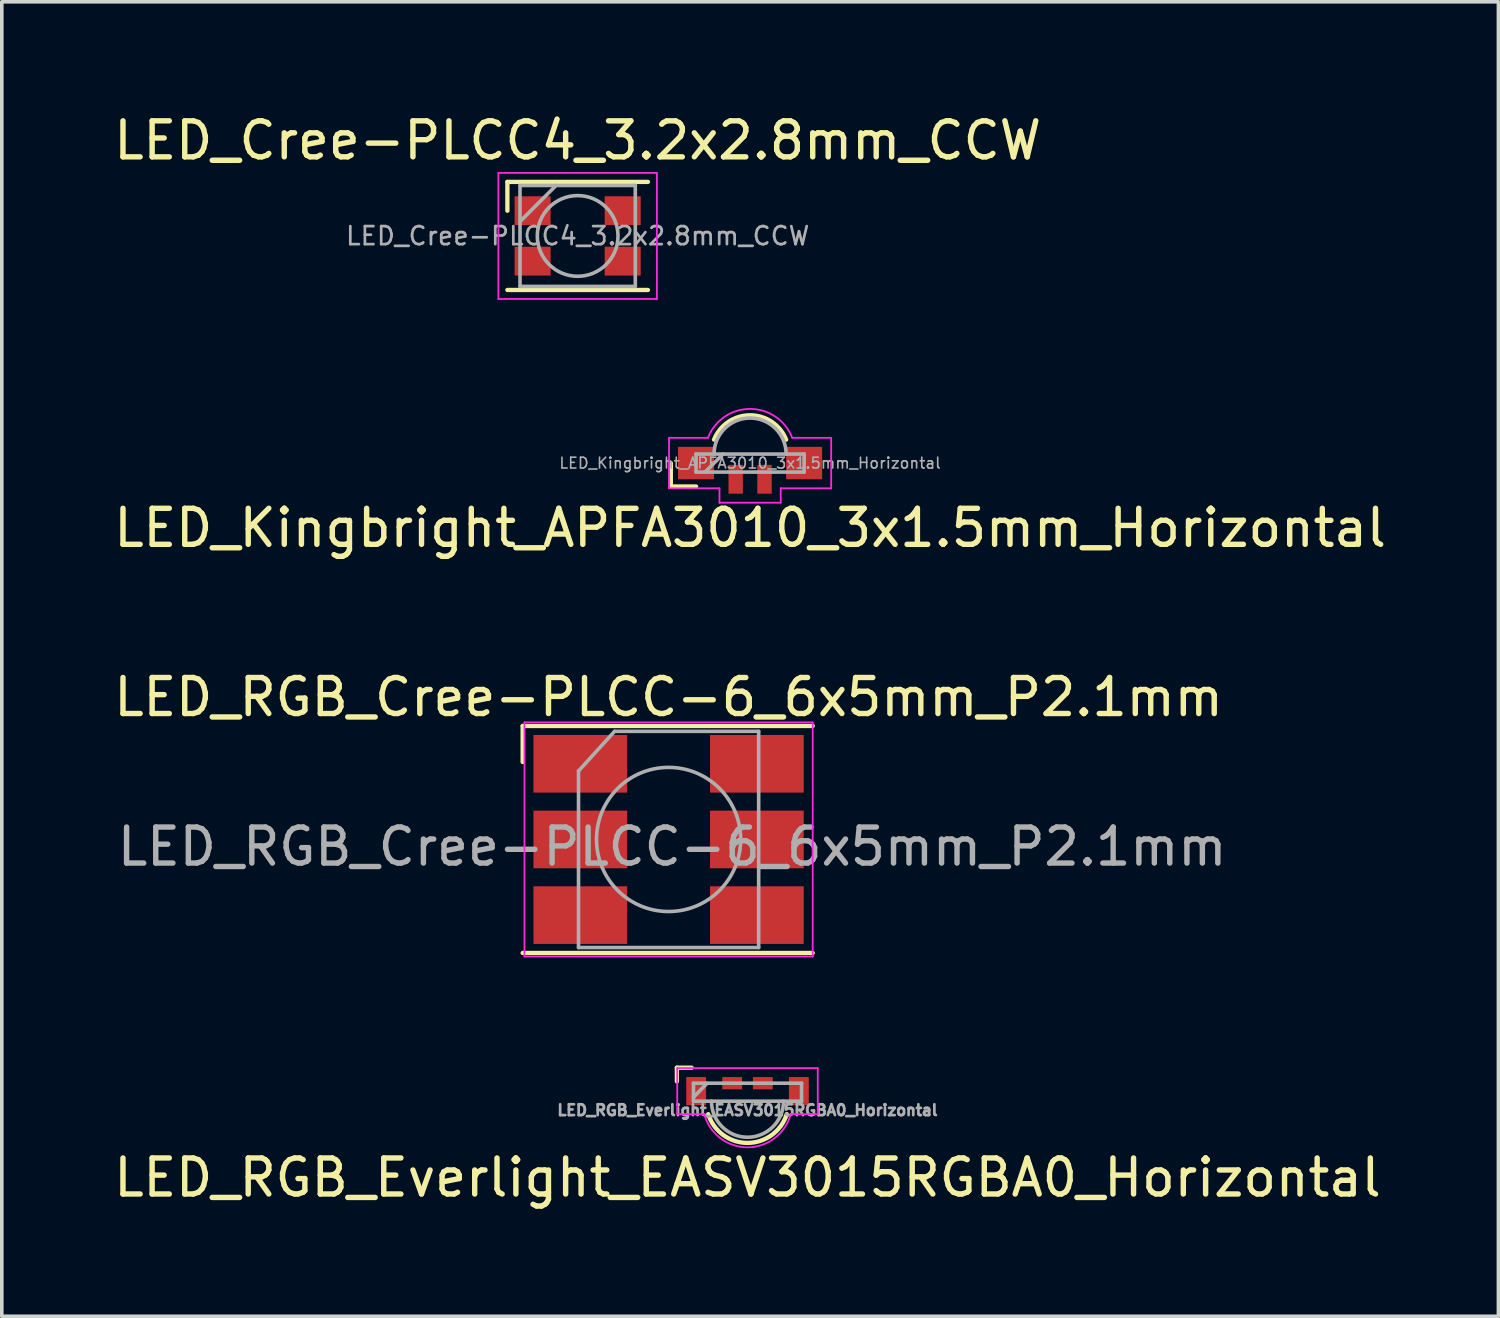
<source format=kicad_pcb>
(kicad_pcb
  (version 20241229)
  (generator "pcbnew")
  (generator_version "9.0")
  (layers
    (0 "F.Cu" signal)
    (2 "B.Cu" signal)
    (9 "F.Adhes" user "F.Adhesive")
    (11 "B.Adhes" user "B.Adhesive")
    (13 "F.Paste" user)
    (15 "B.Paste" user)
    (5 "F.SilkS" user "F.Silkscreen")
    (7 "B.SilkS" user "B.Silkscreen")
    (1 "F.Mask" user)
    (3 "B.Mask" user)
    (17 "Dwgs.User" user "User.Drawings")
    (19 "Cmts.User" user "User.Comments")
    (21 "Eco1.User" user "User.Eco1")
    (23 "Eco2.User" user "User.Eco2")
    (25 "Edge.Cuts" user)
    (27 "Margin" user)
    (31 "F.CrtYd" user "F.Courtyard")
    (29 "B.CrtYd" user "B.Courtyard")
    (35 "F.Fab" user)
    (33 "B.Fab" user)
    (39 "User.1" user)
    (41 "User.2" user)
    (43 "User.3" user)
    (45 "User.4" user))
  (footprint "LED_Cree-PLCC4_3.2x2.8mm_CCW"
    (layer "F.Cu")
    (at 12.982 3.498)
    (property "Reference" "LED_Cree-PLCC4_3.2x2.8mm_CCW" (at 0 -2.65 0) (layer "F.SilkS") (effects (font (size 1 1) (thickness 0.15))))
    (attr smd)
    (fp_line (start -1.95 -1.5) (end 1.95 -1.5) (stroke (width 0.12) (type solid)) (layer "F.SilkS"))
    (fp_line (start -1.95 -0.7) (end -1.95 -1.5) (stroke (width 0.12) (type solid)) (layer "F.SilkS"))
    (fp_line (start -1.95 1.5) (end 1.95 1.5) (stroke (width 0.12) (type solid)) (layer "F.SilkS"))
    (fp_line (start -2.2 -1.75) (end -2.2 1.75) (stroke (width 0.05) (type solid)) (layer "F.CrtYd"))
    (fp_line (start -2.2 1.75) (end 2.2 1.75) (stroke (width 0.05) (type solid)) (layer "F.CrtYd"))
    (fp_line (start 2.2 -1.75) (end -2.2 -1.75) (stroke (width 0.05) (type solid)) (layer "F.CrtYd"))
    (fp_line (start 2.2 1.75) (end 2.2 -1.75) (stroke (width 0.05) (type solid)) (layer "F.CrtYd"))
    (fp_line (start -1.6 -1.4) (end -1.6 1.4) (stroke (width 0.1) (type solid)) (layer "F.Fab"))
    (fp_line (start -1.6 1.4) (end 1.6 1.4) (stroke (width 0.1) (type solid)) (layer "F.Fab"))
    (fp_line (start -0.6 -1.4) (end -1.6 -0.4) (stroke (width 0.1) (type solid)) (layer "F.Fab"))
    (fp_line (start 1.6 -1.4) (end -1.6 -1.4) (stroke (width 0.1) (type solid)) (layer "F.Fab"))
    (fp_line (start 1.6 1.4) (end 1.6 -1.4) (stroke (width 0.1) (type solid)) (layer "F.Fab"))
    (fp_circle (center 0 0) (end 1.12 0) (stroke (width 0.1) (type solid)) (fill no) (layer "F.Fab"))
    (fp_text user "${REFERENCE}" (at 0 0 0) (layer "F.Fab") (effects (font (size 0.5 0.5) (thickness 0.075))))
    (pad "1" smd rect (at -1.25 -0.7) (size 1 0.8) (layers "F.Cu" "F.Mask" "F.Paste"))
    (pad "2" smd rect (at -1.25 0.7) (size 1 0.8) (layers "F.Cu" "F.Mask" "F.Paste"))
    (pad "3" smd rect (at 1.25 0.7) (size 1 0.8) (layers "F.Cu" "F.Mask" "F.Paste"))
    (pad "4" smd rect (at 1.25 -0.7) (size 1 0.8) (layers "F.Cu" "F.Mask" "F.Paste")))
  (footprint "LED_Kingbright_APFA3010_3x1.5mm_Horizontal"
    (layer "F.Cu")
    (at 17.768 9.802)
    (property "Reference" "LED_Kingbright_APFA3010_3x1.5mm_Horizontal" (at 0 1.8 0) (layer "F.SilkS") (effects (font (size 1 1) (thickness 0.15))))
    (attr smd)
    (fp_line (start -2.2 0) (end -2.2 0.65) (stroke (width 0.12) (type solid)) (layer "F.SilkS"))
    (fp_line (start -2.2 0.65) (end -1.5 0.65) (stroke (width 0.12) (type solid)) (layer "F.SilkS"))
    (fp_arc (start -1 -0.65) (mid 0 -1.327033) (end 1 -0.65) (stroke (width 0.12) (type solid)) (layer "F.SilkS"))
    (fp_line (start -2.25 -0.7) (end -1.17 -0.7) (stroke (width 0.05) (type solid)) (layer "F.CrtYd"))
    (fp_line (start -2.25 0.7) (end -2.25 -0.7) (stroke (width 0.05) (type solid)) (layer "F.CrtYd"))
    (fp_line (start -2.25 0.7) (end -0.85 0.7) (stroke (width 0.05) (type solid)) (layer "F.CrtYd"))
    (fp_line (start -0.85 0.7) (end -0.85 1.1) (stroke (width 0.05) (type solid)) (layer "F.CrtYd"))
    (fp_line (start -0.85 1.1) (end 0.85 1.1) (stroke (width 0.05) (type solid)) (layer "F.CrtYd"))
    (fp_line (start 0.85 0.7) (end 2.25 0.7) (stroke (width 0.05) (type solid)) (layer "F.CrtYd"))
    (fp_line (start 0.85 1.1) (end 0.85 0.7) (stroke (width 0.05) (type solid)) (layer "F.CrtYd"))
    (fp_line (start 2.25 -0.7) (end 1.17 -0.7) (stroke (width 0.05) (type solid)) (layer "F.CrtYd"))
    (fp_line (start 2.25 0.7) (end 2.25 -0.7) (stroke (width 0.05) (type solid)) (layer "F.CrtYd"))
    (fp_arc (start -1.17 -0.7) (mid 0 -1.503555) (end 1.17 -0.7) (stroke (width 0.05) (type solid)) (layer "F.CrtYd"))
    (fp_line (start -1.5 -0.25) (end -1.5 0.25) (stroke (width 0.1) (type solid)) (layer "F.Fab"))
    (fp_line (start -1.5 0.25) (end 1.5 0.25) (stroke (width 0.1) (type solid)) (layer "F.Fab"))
    (fp_line (start -0.75 -0.25) (end -1.25 0.25) (stroke (width 0.1) (type solid)) (layer "F.Fab"))
    (fp_line (start 1.5 -0.25) (end -1.5 -0.25) (stroke (width 0.1) (type solid)) (layer "F.Fab"))
    (fp_line (start 1.5 0.25) (end 1.5 -0.25) (stroke (width 0.1) (type solid)) (layer "F.Fab"))
    (fp_arc (start -1 -0.25) (mid 0 -1.25) (end 1 -0.25) (stroke (width 0.1) (type solid)) (layer "F.Fab"))
    (fp_text user "${REFERENCE}" (at 0 0 0) (layer "F.Fab") (effects (font (size 0.3 0.3) (thickness 0.045))))
    (pad "1" smd rect (at -1.5 0) (size 1 0.9) (layers "F.Cu" "F.Mask" "F.Paste"))
    (pad "2" smd rect (at 1.5 0) (size 1 0.9) (layers "F.Cu" "F.Mask" "F.Paste"))
    (pad "3" smd rect (at 0.4 0.45) (size 0.4 0.8) (layers "F.Cu" "F.Mask" "F.Paste"))
    (pad "4" smd rect (at -0.4 0.45) (size 0.4 0.8) (layers "F.Cu" "F.Mask" "F.Paste")))
  (footprint "LED_RGB_Cree-PLCC-6_6x5mm_P2.1mm"
    (layer "F.Cu")
    (at 15.506 20.248)
    (property "Reference" "LED_RGB_Cree-PLCC-6_6x5mm_P2.1mm" (at 0 -3.95 0) (layer "F.SilkS") (effects (font (size 1 1) (thickness 0.15))))
    (attr smd)
    (fp_line (start -4.05 -3.15) (end 4 -3.15) (stroke (width 0.12) (type solid)) (layer "F.SilkS"))
    (fp_line (start -4.05 -2.15) (end -4.05 -3.15) (stroke (width 0.12) (type solid)) (layer "F.SilkS"))
    (fp_line (start -4.05 3.15) (end 4 3.15) (stroke (width 0.12) (type solid)) (layer "F.SilkS"))
    (fp_line (start -4 -3.25) (end -4 3.25) (stroke (width 0.05) (type solid)) (layer "F.CrtYd"))
    (fp_line (start -4 3.25) (end 4 3.25) (stroke (width 0.05) (type solid)) (layer "F.CrtYd"))
    (fp_line (start 4 -3.25) (end -4 -3.25) (stroke (width 0.05) (type solid)) (layer "F.CrtYd"))
    (fp_line (start 4 3.25) (end 4 -3.25) (stroke (width 0.05) (type solid)) (layer "F.CrtYd"))
    (fp_line (start -2.5 -1.9) (end -1.5 -3) (stroke (width 0.1) (type solid)) (layer "F.Fab"))
    (fp_line (start -2.5 3) (end -2.5 -1.9) (stroke (width 0.1) (type solid)) (layer "F.Fab"))
    (fp_line (start -1.5 -3) (end 2.5 -3) (stroke (width 0.1) (type solid)) (layer "F.Fab"))
    (fp_line (start 2.5 -3) (end 2.5 3) (stroke (width 0.1) (type solid)) (layer "F.Fab"))
    (fp_line (start 2.5 3) (end -2.5 3) (stroke (width 0.1) (type solid)) (layer "F.Fab"))
    (fp_circle (center 0 0) (end 0 -2) (stroke (width 0.1) (type solid)) (fill no) (layer "F.Fab"))
    (fp_text user "${REFERENCE}" (at 0.1 0.2 0) (layer "F.Fab") (effects (font (size 1 1) (thickness 0.15))))
    (pad "1" smd rect (at -2.45 -2.1) (size 2.6 1.6) (layers "F.Cu" "F.Mask" "F.Paste"))
    (pad "2" smd rect (at -2.45 0) (size 2.6 1.6) (layers "F.Cu" "F.Mask" "F.Paste"))
    (pad "3" smd rect (at -2.45 2.1) (size 2.6 1.6) (layers "F.Cu" "F.Mask" "F.Paste"))
    (pad "4" smd rect (at 2.45 2.1) (size 2.6 1.6) (layers "F.Cu" "F.Mask" "F.Paste"))
    (pad "5" smd rect (at 2.45 0) (size 2.6 1.6) (layers "F.Cu" "F.Mask" "F.Paste"))
    (pad "6" smd rect (at 2.45 -2.1) (size 2.6 1.6) (layers "F.Cu" "F.Mask" "F.Paste")))
  (footprint "LED_RGB_Everlight_EASV3015RGBA0_Horizontal"
    (layer "F.Cu")
    (at 17.696 27.763)
    (property "Reference" "LED_RGB_Everlight_EASV3015RGBA0_Horizontal" (at 0 1.87 180) (layer "F.SilkS") (effects (font (size 1 1) (thickness 0.15))))
    (attr smd)
    (fp_line (start -1.96 -1.18) (end -1.55 -1.18) (stroke (width 0.12) (type solid)) (layer "F.SilkS"))
    (fp_line (start -1.96 -0.8) (end -1.96 -1.18) (stroke (width 0.12) (type solid)) (layer "F.SilkS"))
    (fp_arc (start 1.09 0.11) (mid 0 0.907104) (end -1.09 0.11) (stroke (width 0.12) (type solid)) (layer "F.SilkS"))
    (fp_line (start -1.95 -1.17) (end -1.95 0.11) (stroke (width 0.05) (type solid)) (layer "F.CrtYd"))
    (fp_line (start -1.2 0.11) (end -1.95 0.11) (stroke (width 0.05) (type solid)) (layer "F.CrtYd"))
    (fp_line (start 1.95 -1.17) (end -1.95 -1.17) (stroke (width 0.05) (type solid)) (layer "F.CrtYd"))
    (fp_line (start 1.95 -1.17) (end 1.95 0.11) (stroke (width 0.05) (type solid)) (layer "F.CrtYd"))
    (fp_line (start 1.95 0.11) (end 1.2 0.11) (stroke (width 0.05) (type solid)) (layer "F.CrtYd"))
    (fp_arc (start 1.2 0.11) (mid 0 1.03) (end -1.2 0.11) (stroke (width 0.05) (type solid)) (layer "F.CrtYd"))
    (fp_line (start -1.5 -0.75) (end -1.5 -0.25) (stroke (width 0.1) (type solid)) (layer "F.Fab"))
    (fp_line (start -1.5 -0.36) (end -1.12 -0.75) (stroke (width 0.1) (type solid)) (layer "F.Fab"))
    (fp_line (start -1.5 -0.25) (end 1.5 -0.25) (stroke (width 0.1) (type solid)) (layer "F.Fab"))
    (fp_line (start 1.5 -0.75) (end -1.5 -0.75) (stroke (width 0.1) (type solid)) (layer "F.Fab"))
    (fp_line (start 1.5 -0.25) (end 1.5 -0.75) (stroke (width 0.1) (type solid)) (layer "F.Fab"))
    (fp_arc (start 1 -0.25) (mid 0 0.75) (end -1 -0.25) (stroke (width 0.1) (type solid)) (layer "F.Fab"))
    (fp_text user "${REFERENCE}" (at 0 0 180) (layer "F.Fab") (effects (font (size 0.3 0.3) (thickness 0.075))))
    (pad "1" smd rect (at -1.425 -0.53) (size 0.55 0.78) (layers "F.Cu" "F.Mask" "F.Paste"))
    (pad "2" smd rect (at -0.425 -0.75) (size 0.55 0.34) (layers "F.Cu" "F.Mask" "F.Paste"))
    (pad "3" smd rect (at 0.425 -0.75) (size 0.55 0.34) (layers "F.Cu" "F.Mask" "F.Paste"))
    (pad "4" smd rect (at 1.425 -0.53) (size 0.55 0.78) (layers "F.Cu" "F.Mask" "F.Paste")))
  (gr_rect
    (start -3 -3)
    (end 38.536 33.482)
    (stroke (width 0.1) (type default))
    (fill no)
    (layer "Edge.Cuts")))
</source>
